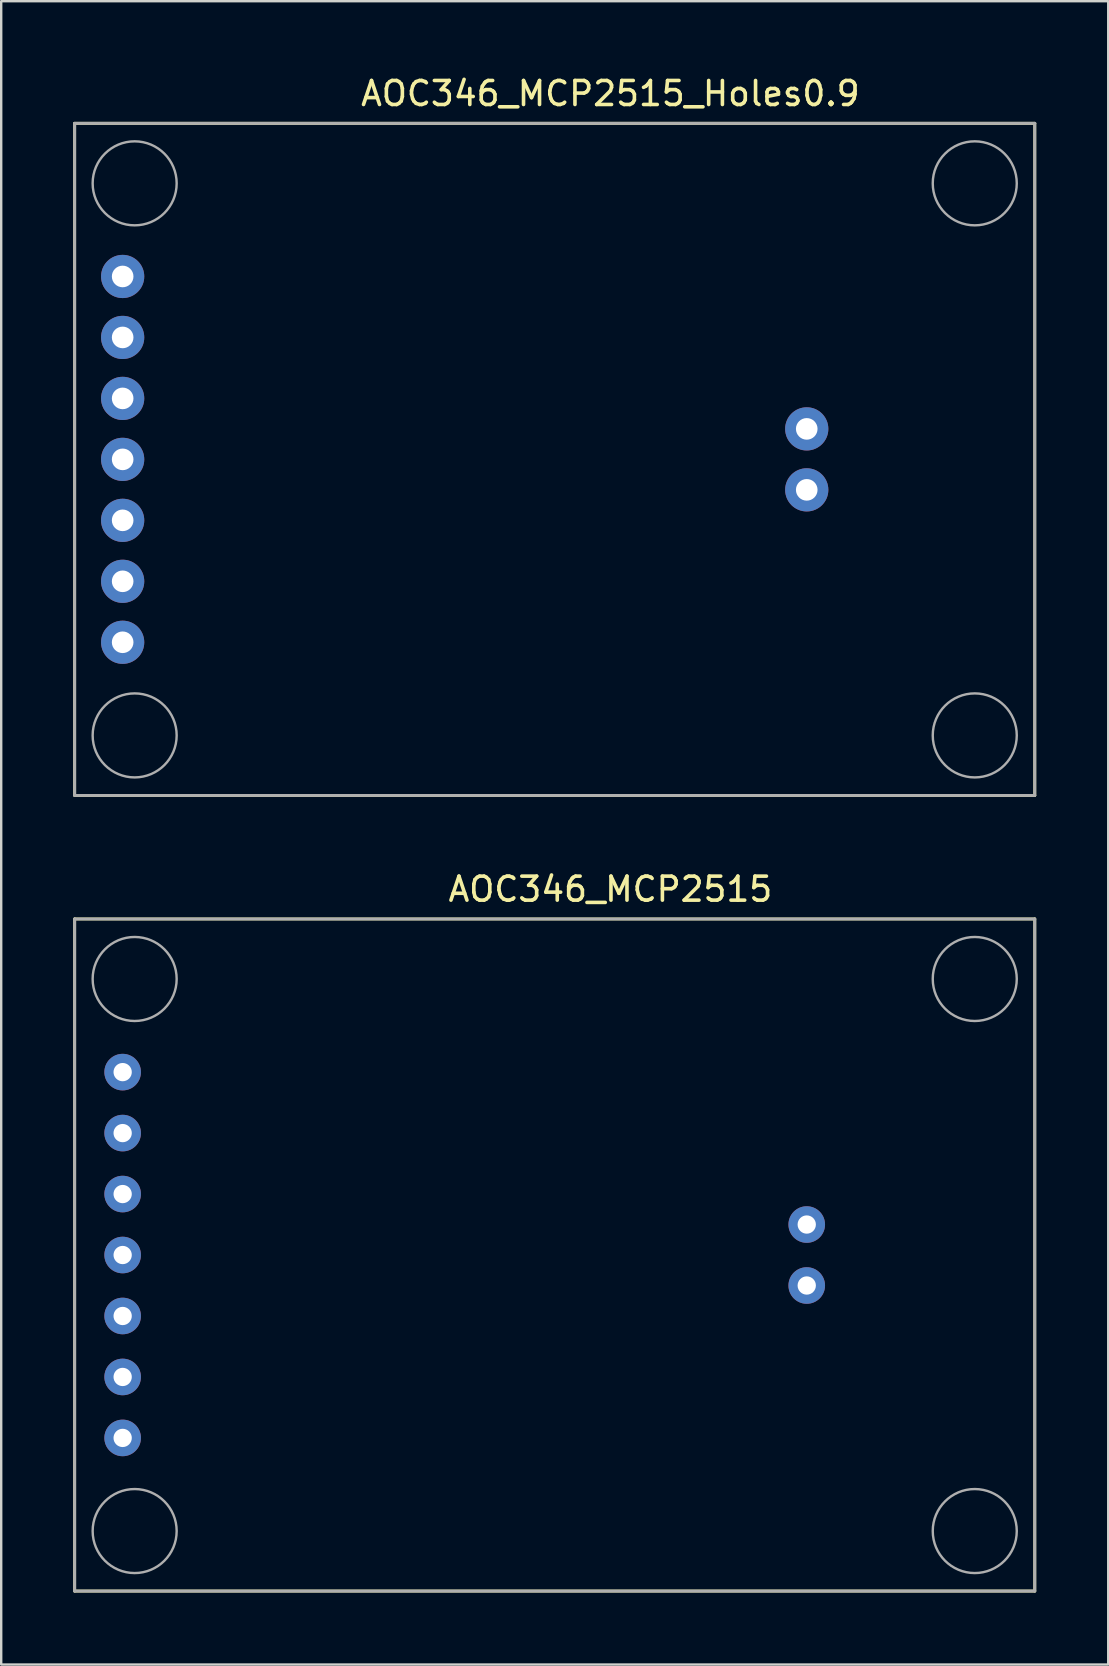
<source format=kicad_pcb>
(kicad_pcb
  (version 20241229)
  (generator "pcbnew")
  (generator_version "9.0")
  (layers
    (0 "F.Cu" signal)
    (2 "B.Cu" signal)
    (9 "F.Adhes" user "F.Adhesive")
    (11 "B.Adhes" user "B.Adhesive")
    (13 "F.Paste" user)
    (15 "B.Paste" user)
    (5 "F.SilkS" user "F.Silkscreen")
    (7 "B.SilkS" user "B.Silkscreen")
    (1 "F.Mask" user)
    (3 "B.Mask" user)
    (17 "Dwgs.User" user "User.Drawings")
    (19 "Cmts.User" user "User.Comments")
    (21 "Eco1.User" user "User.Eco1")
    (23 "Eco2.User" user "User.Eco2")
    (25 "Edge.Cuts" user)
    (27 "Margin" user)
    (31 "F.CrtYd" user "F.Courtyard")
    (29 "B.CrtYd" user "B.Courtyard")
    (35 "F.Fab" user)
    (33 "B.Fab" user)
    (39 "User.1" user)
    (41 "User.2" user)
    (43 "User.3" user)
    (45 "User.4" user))
  (footprint "AOC346_MCP2515"
    (layer "F.Cu")
    (at 2.06 49.236)
    (property "Reference" "AOC346_MCP2515" (at 20.32 -15.24 0) (layer "F.SilkS") (effects (font (size 1 1) (thickness 0.15))))
    (attr through_hole)
    (fp_line (start -2 -14) (end -2 14) (stroke (width 0.12) (type solid)) (layer "F.SilkS"))
    (fp_line (start -2 -14) (end 38 -14) (stroke (width 0.12) (type solid)) (layer "F.SilkS"))
    (fp_line (start -2 14) (end 38 14) (stroke (width 0.12) (type solid)) (layer "F.SilkS"))
    (fp_line (start 38 -14) (end 38 14) (stroke (width 0.12) (type solid)) (layer "F.SilkS"))
    (fp_line (start -2 -14) (end -2 14) (stroke (width 0.12) (type solid)) (layer "F.Fab"))
    (fp_line (start -2 -14) (end 38 -14) (stroke (width 0.12) (type solid)) (layer "F.Fab"))
    (fp_line (start -2 14) (end 38 14) (stroke (width 0.12) (type solid)) (layer "F.Fab"))
    (fp_line (start 38 -14) (end 38 14) (stroke (width 0.12) (type solid)) (layer "F.Fab"))
    (fp_circle (center 0.5 -11.5) (end 2.25 -11.5) (stroke (width 0.1) (type solid)) (fill no) (layer "F.Fab"))
    (fp_circle (center 0.5 11.5) (end 2.25 11.5) (stroke (width 0.1) (type solid)) (fill no) (layer "F.Fab"))
    (fp_circle (center 35.5 -11.5) (end 37.25 -11.5) (stroke (width 0.1) (type solid)) (fill no) (layer "F.Fab"))
    (fp_circle (center 35.5 11.5) (end 37.25 11.5) (stroke (width 0.1) (type solid)) (fill no) (layer "F.Fab"))
    (pad "1" thru_hole circle (at 28.5 1.27) (size 1.524 1.524) (drill 0.762) (layers "*.Cu" "*.Mask"))
    (pad "2" thru_hole circle (at 28.5 -1.27) (size 1.524 1.524) (drill 0.762) (layers "*.Cu" "*.Mask"))
    (pad "3" thru_hole circle (at 0 -7.62) (size 1.524 1.524) (drill 0.762) (layers "*.Cu" "*.Mask"))
    (pad "4" thru_hole circle (at 0 -5.08) (size 1.524 1.524) (drill 0.762) (layers "*.Cu" "*.Mask"))
    (pad "5" thru_hole circle (at 0 -2.54) (size 1.524 1.524) (drill 0.762) (layers "*.Cu" "*.Mask"))
    (pad "6" thru_hole circle (at 0 0) (size 1.524 1.524) (drill 0.762) (layers "*.Cu" "*.Mask"))
    (pad "7" thru_hole circle (at 0 2.54) (size 1.524 1.524) (drill 0.762) (layers "*.Cu" "*.Mask"))
    (pad "8" thru_hole circle (at 0 5.08) (size 1.524 1.524) (drill 0.762) (layers "*.Cu" "*.Mask"))
    (pad "9" thru_hole circle (at 0 7.62) (size 1.524 1.524) (drill 0.762) (layers "*.Cu" "*.Mask")))
  (footprint "AOC346_MCP2515_Holes0.9"
    (layer "F.Cu")
    (at 2.06 16.088)
    (property "Reference" "AOC346_MCP2515_Holes0.9" (at 20.32 -15.24 0) (layer "F.SilkS") (effects (font (size 1 1) (thickness 0.15))))
    (attr through_hole)
    (fp_line (start -2 -14) (end -2 14) (stroke (width 0.12) (type solid)) (layer "F.SilkS"))
    (fp_line (start -2 -14) (end 38 -14) (stroke (width 0.12) (type solid)) (layer "F.SilkS"))
    (fp_line (start -2 14) (end 38 14) (stroke (width 0.12) (type solid)) (layer "F.SilkS"))
    (fp_line (start 38 -14) (end 38 14) (stroke (width 0.12) (type solid)) (layer "F.SilkS"))
    (fp_line (start -2 -14) (end -2 14) (stroke (width 0.12) (type solid)) (layer "F.Fab"))
    (fp_line (start -2 -14) (end 38 -14) (stroke (width 0.12) (type solid)) (layer "F.Fab"))
    (fp_line (start -2 14) (end 38 14) (stroke (width 0.12) (type solid)) (layer "F.Fab"))
    (fp_line (start 38 -14) (end 38 14) (stroke (width 0.12) (type solid)) (layer "F.Fab"))
    (fp_circle (center 0.5 -11.5) (end 2.25 -11.5) (stroke (width 0.1) (type solid)) (fill no) (layer "F.Fab"))
    (fp_circle (center 0.5 11.5) (end 2.25 11.5) (stroke (width 0.1) (type solid)) (fill no) (layer "F.Fab"))
    (fp_circle (center 35.5 -11.5) (end 37.25 -11.5) (stroke (width 0.1) (type solid)) (fill no) (layer "F.Fab"))
    (fp_circle (center 35.5 11.5) (end 37.25 11.5) (stroke (width 0.1) (type solid)) (fill no) (layer "F.Fab"))
    (pad "1" thru_hole circle (at 28.5 1.27) (size 1.8 1.8) (drill 0.9) (layers "*.Cu" "*.Mask"))
    (pad "2" thru_hole circle (at 28.5 -1.27) (size 1.8 1.8) (drill 0.9) (layers "*.Cu" "*.Mask"))
    (pad "3" thru_hole circle (at 0 -7.62) (size 1.8 1.8) (drill 0.9) (layers "*.Cu" "*.Mask"))
    (pad "4" thru_hole circle (at 0 -5.08) (size 1.8 1.8) (drill 0.9) (layers "*.Cu" "*.Mask"))
    (pad "5" thru_hole circle (at 0 -2.54) (size 1.8 1.8) (drill 0.9) (layers "*.Cu" "*.Mask"))
    (pad "6" thru_hole circle (at 0 0) (size 1.8 1.8) (drill 0.9) (layers "*.Cu" "*.Mask"))
    (pad "7" thru_hole circle (at 0 2.54) (size 1.8 1.8) (drill 0.9) (layers "*.Cu" "*.Mask"))
    (pad "8" thru_hole circle (at 0 5.08) (size 1.8 1.8) (drill 0.9) (layers "*.Cu" "*.Mask"))
    (pad "9" thru_hole circle (at 0 7.62) (size 1.8 1.8) (drill 0.9) (layers "*.Cu" "*.Mask")))
  (gr_rect
    (start -3 -3)
    (end 43.12 66.296)
    (stroke (width 0.1) (type default))
    (fill no)
    (layer "Edge.Cuts")))
</source>
